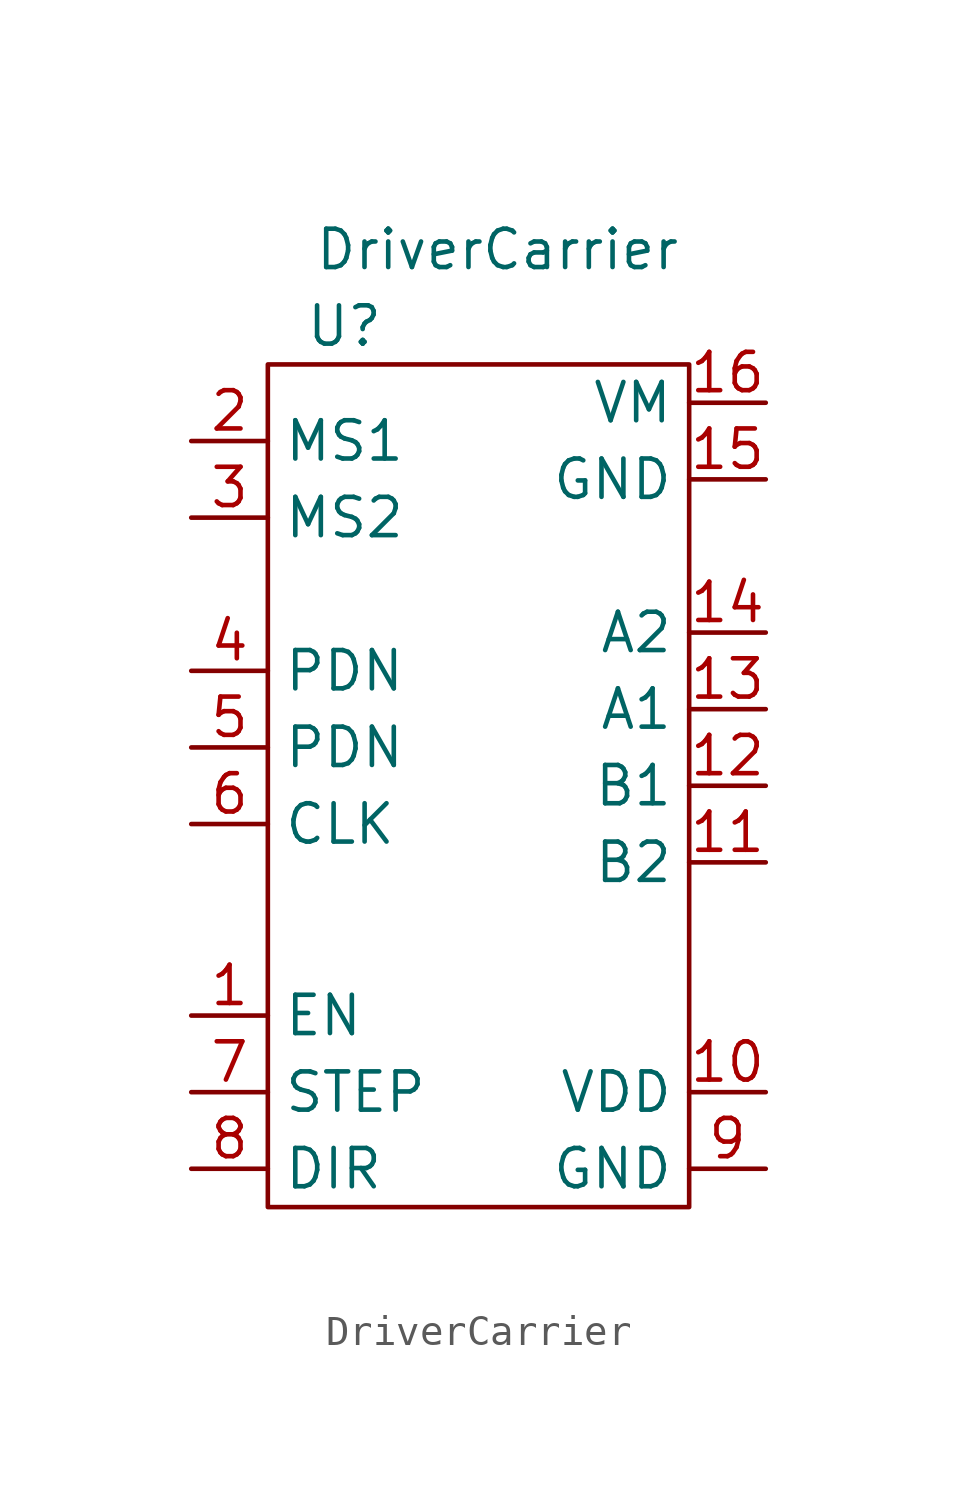
<source format=kicad_sym>
(kicad_symbol_lib
  (version 20211014)
  (generator kicad_symbol_editor)
  (symbol "DriverCarrier"
    (property "Reference" "U"
      (at -5.08 19.05 0)
      (effects (font (size 1.27 1.27))))
    (property "Value" "DriverCarrier"
      (at 0 21.59 0)
      (effects (font (size 1.27 1.27))))
    (symbol "DriverCarrier_0_1"
      (polyline (pts (xy -7.62 17.78) (xy -7.62 -10.16) (xy 6.35 -10.16) (xy 6.35 17.78) (xy -7.62 17.78)) (stroke (width 0) (type default) (color 0 0 0 0)) (fill (type none))))
    (symbol "DriverCarrier_1_1"
      (pin input line (at -10.16 -3.81 0) (length 2.54) (name "EN" (effects (font (size 1.27 1.27)))) (number "1" (effects (font (size 1.27 1.27)))))
      (pin input line (at 8.89 -6.35 180) (length 2.54) (name "VDD" (effects (font (size 1.27 1.27)))) (number "10" (effects (font (size 1.27 1.27)))))
      (pin input line (at 8.89 1.27 180) (length 2.54) (name "B2" (effects (font (size 1.27 1.27)))) (number "11" (effects (font (size 1.27 1.27)))))
      (pin input line (at 8.89 3.81 180) (length 2.54) (name "B1" (effects (font (size 1.27 1.27)))) (number "12" (effects (font (size 1.27 1.27)))))
      (pin input line (at 8.89 6.35 180) (length 2.54) (name "A1" (effects (font (size 1.27 1.27)))) (number "13" (effects (font (size 1.27 1.27)))))
      (pin input line (at 8.89 8.89 180) (length 2.54) (name "A2" (effects (font (size 1.27 1.27)))) (number "14" (effects (font (size 1.27 1.27)))))
      (pin input line (at 8.89 13.97 180) (length 2.54) (name "GND" (effects (font (size 1.27 1.27)))) (number "15" (effects (font (size 1.27 1.27)))))
      (pin input line (at 8.89 16.51 180) (length 2.54) (name "VM" (effects (font (size 1.27 1.27)))) (number "16" (effects (font (size 1.27 1.27)))))
      (pin input line (at -10.16 15.24 0) (length 2.54) (name "MS1" (effects (font (size 1.27 1.27)))) (number "2" (effects (font (size 1.27 1.27)))))
      (pin input line (at -10.16 12.7 0) (length 2.54) (name "MS2" (effects (font (size 1.27 1.27)))) (number "3" (effects (font (size 1.27 1.27)))))
      (pin input line (at -10.16 7.62 0) (length 2.54) (name "PDN" (effects (font (size 1.27 1.27)))) (number "4" (effects (font (size 1.27 1.27)))))
      (pin input line (at -10.16 5.08 0) (length 2.54) (name "PDN" (effects (font (size 1.27 1.27)))) (number "5" (effects (font (size 1.27 1.27)))))
      (pin input line (at -10.16 2.54 0) (length 2.54) (name "CLK" (effects (font (size 1.27 1.27)))) (number "6" (effects (font (size 1.27 1.27)))))
      (pin input line (at -10.16 -6.35 0) (length 2.54) (name "STEP" (effects (font (size 1.27 1.27)))) (number "7" (effects (font (size 1.27 1.27)))))
      (pin input line (at -10.16 -8.89 0) (length 2.54) (name "DIR" (effects (font (size 1.27 1.27)))) (number "8" (effects (font (size 1.27 1.27)))))
      (pin input line (at 8.89 -8.89 180) (length 2.54) (name "GND" (effects (font (size 1.27 1.27)))) (number "9" (effects (font (size 1.27 1.27))))))))
</source>
